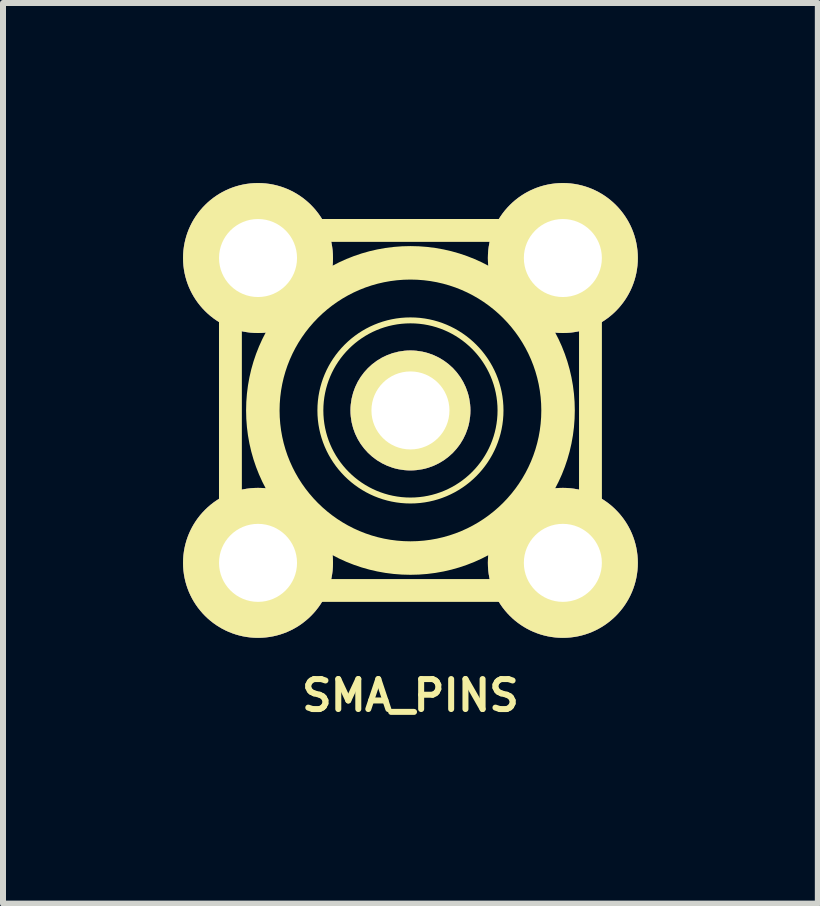
<source format=kicad_pcb>
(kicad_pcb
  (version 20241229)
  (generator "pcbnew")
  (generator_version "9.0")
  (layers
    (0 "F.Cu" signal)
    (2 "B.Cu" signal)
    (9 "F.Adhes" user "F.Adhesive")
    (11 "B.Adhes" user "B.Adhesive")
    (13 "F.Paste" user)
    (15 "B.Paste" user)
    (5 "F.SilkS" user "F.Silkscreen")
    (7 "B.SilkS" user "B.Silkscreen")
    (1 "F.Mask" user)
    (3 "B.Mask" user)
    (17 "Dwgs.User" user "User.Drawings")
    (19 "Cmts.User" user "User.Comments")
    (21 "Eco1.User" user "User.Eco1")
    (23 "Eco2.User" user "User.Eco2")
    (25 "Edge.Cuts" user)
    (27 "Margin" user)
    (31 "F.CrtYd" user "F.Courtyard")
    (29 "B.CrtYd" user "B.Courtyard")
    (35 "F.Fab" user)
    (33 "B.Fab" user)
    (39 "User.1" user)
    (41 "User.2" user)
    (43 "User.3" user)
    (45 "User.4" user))
  (footprint "SMA_PINS"
    (layer "F.Cu")
    (at 3.79 3.79)
    (property "Reference" "SMA_PINS" (at 0 4.75 0) (layer "F.SilkS") (effects (font (size 0.5 0.5) (thickness 0.1))))
    (attr through_hole)
    (fp_line (start -3 -3) (end 3 -3) (stroke (width 0.381) (type solid)) (layer "F.SilkS"))
    (fp_line (start -3 3) (end -3 -3) (stroke (width 0.381) (type solid)) (layer "F.SilkS"))
    (fp_line (start 3 -3) (end 3 3) (stroke (width 0.381) (type solid)) (layer "F.SilkS"))
    (fp_line (start 3 3) (end -3 3) (stroke (width 0.381) (type solid)) (layer "F.SilkS"))
    (fp_circle (center 0 0) (end 0 -0.5) (stroke (width 0.099) (type solid)) (fill no) (layer "F.SilkS"))
    (fp_circle (center 0 0) (end 1.501 0) (stroke (width 0.099) (type solid)) (fill no) (layer "F.SilkS"))
    (fp_circle (center 0 0) (end 2.25 0.749) (stroke (width 0.381) (type solid)) (fill no) (layer "F.SilkS"))
    (fp_circle (center 0 0) (end 2.499 -0.5) (stroke (width 0.381) (type solid)) (fill no) (layer "F.SilkS"))
    (pad "1" thru_hole circle (at 0 0) (size 1.999 1.999) (drill 1.3) (layers "*.Cu" "*.Mask" "F.SilkS"))
    (pad "2" thru_hole circle (at -2.54 -2.54) (size 2.499 2.499) (drill 1.3) (layers "*.Cu" "*.Mask" "F.SilkS"))
    (pad "2" thru_hole circle (at -2.54 2.54) (size 2.499 2.499) (drill 1.3) (layers "*.Cu" "*.Mask" "F.SilkS"))
    (pad "2" thru_hole circle (at 2.54 -2.54) (size 2.499 2.499) (drill 1.3) (layers "*.Cu" "*.Mask" "F.SilkS"))
    (pad "2" thru_hole circle (at 2.54 2.54) (size 2.499 2.499) (drill 1.3) (layers "*.Cu" "*.Mask" "F.SilkS")))
  (gr_rect
    (start -3 -3)
    (end 10.579 12.008)
    (stroke (width 0.1) (type default))
    (fill no)
    (layer "Edge.Cuts")))
</source>
